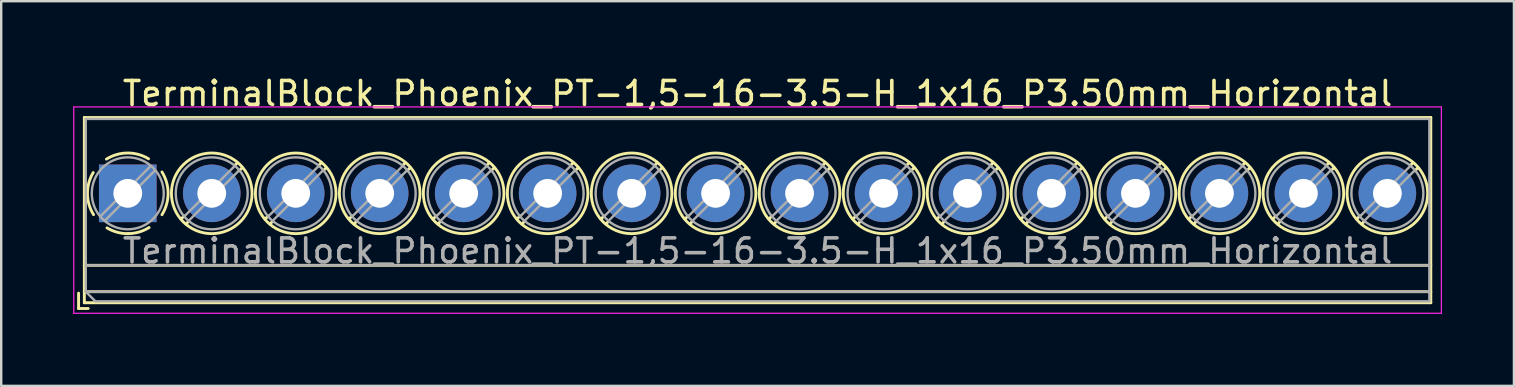
<source format=kicad_pcb>
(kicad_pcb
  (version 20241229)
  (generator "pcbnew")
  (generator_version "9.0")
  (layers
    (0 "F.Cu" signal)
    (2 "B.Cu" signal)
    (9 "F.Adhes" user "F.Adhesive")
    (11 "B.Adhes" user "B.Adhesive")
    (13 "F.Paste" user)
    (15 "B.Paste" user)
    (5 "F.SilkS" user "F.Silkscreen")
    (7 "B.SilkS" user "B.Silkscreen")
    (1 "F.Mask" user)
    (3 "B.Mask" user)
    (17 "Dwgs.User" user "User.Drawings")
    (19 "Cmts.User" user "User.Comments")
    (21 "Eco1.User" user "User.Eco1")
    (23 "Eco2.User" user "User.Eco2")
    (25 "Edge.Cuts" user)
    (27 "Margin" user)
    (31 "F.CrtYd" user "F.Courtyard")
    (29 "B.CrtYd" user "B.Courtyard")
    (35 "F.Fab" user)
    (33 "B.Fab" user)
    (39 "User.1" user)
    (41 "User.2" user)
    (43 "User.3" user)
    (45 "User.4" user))
  (footprint "TerminalBlock_Phoenix_PT-1,5-16-3.5-H_1x16_P3.50mm_Horizontal"
    (layer "F.Cu")
    (at 2.275 5.008)
    (property "Reference" "TerminalBlock_Phoenix_PT-1,5-16-3.5-H_1x16_P3.50mm_Horizontal" (at 26.25 -4.16 0) (layer "F.SilkS") (effects (font (size 1 1) (thickness 0.15))))
    (attr through_hole)
    (fp_line (start -2.05 4.16) (end -2.05 4.8) (stroke (width 0.12) (type solid)) (layer "F.SilkS"))
    (fp_line (start -2.05 4.8) (end -1.65 4.8) (stroke (width 0.12) (type solid)) (layer "F.SilkS"))
    (fp_line (start -1.81 -3.16) (end -1.81 4.56) (stroke (width 0.12) (type solid)) (layer "F.SilkS"))
    (fp_line (start -1.81 -3.16) (end 54.31 -3.16) (stroke (width 0.12) (type solid)) (layer "F.SilkS"))
    (fp_line (start -1.81 3) (end 54.31 3) (stroke (width 0.12) (type solid)) (layer "F.SilkS"))
    (fp_line (start -1.81 4.1) (end 54.31 4.1) (stroke (width 0.12) (type solid)) (layer "F.SilkS"))
    (fp_line (start -1.81 4.56) (end 54.31 4.56) (stroke (width 0.12) (type solid)) (layer "F.SilkS"))
    (fp_line (start 2.355 0.941) (end 2.226 1.069) (stroke (width 0.12) (type solid)) (layer "F.SilkS"))
    (fp_line (start 2.525 1.181) (end 2.431 1.274) (stroke (width 0.12) (type solid)) (layer "F.SilkS"))
    (fp_line (start 4.57 -1.275) (end 4.476 -1.181) (stroke (width 0.12) (type solid)) (layer "F.SilkS"))
    (fp_line (start 4.775 -1.069) (end 4.646 -0.941) (stroke (width 0.12) (type solid)) (layer "F.SilkS"))
    (fp_line (start 5.855 0.941) (end 5.726 1.069) (stroke (width 0.12) (type solid)) (layer "F.SilkS"))
    (fp_line (start 6.025 1.181) (end 5.931 1.274) (stroke (width 0.12) (type solid)) (layer "F.SilkS"))
    (fp_line (start 8.07 -1.275) (end 7.976 -1.181) (stroke (width 0.12) (type solid)) (layer "F.SilkS"))
    (fp_line (start 8.275 -1.069) (end 8.146 -0.941) (stroke (width 0.12) (type solid)) (layer "F.SilkS"))
    (fp_line (start 9.355 0.941) (end 9.226 1.069) (stroke (width 0.12) (type solid)) (layer "F.SilkS"))
    (fp_line (start 9.525 1.181) (end 9.431 1.274) (stroke (width 0.12) (type solid)) (layer "F.SilkS"))
    (fp_line (start 11.57 -1.275) (end 11.476 -1.181) (stroke (width 0.12) (type solid)) (layer "F.SilkS"))
    (fp_line (start 11.775 -1.069) (end 11.646 -0.941) (stroke (width 0.12) (type solid)) (layer "F.SilkS"))
    (fp_line (start 12.855 0.941) (end 12.726 1.069) (stroke (width 0.12) (type solid)) (layer "F.SilkS"))
    (fp_line (start 13.025 1.181) (end 12.931 1.274) (stroke (width 0.12) (type solid)) (layer "F.SilkS"))
    (fp_line (start 15.07 -1.275) (end 14.976 -1.181) (stroke (width 0.12) (type solid)) (layer "F.SilkS"))
    (fp_line (start 15.275 -1.069) (end 15.146 -0.941) (stroke (width 0.12) (type solid)) (layer "F.SilkS"))
    (fp_line (start 16.355 0.941) (end 16.226 1.069) (stroke (width 0.12) (type solid)) (layer "F.SilkS"))
    (fp_line (start 16.525 1.181) (end 16.431 1.274) (stroke (width 0.12) (type solid)) (layer "F.SilkS"))
    (fp_line (start 18.57 -1.275) (end 18.476 -1.181) (stroke (width 0.12) (type solid)) (layer "F.SilkS"))
    (fp_line (start 18.775 -1.069) (end 18.646 -0.941) (stroke (width 0.12) (type solid)) (layer "F.SilkS"))
    (fp_line (start 19.855 0.941) (end 19.726 1.069) (stroke (width 0.12) (type solid)) (layer "F.SilkS"))
    (fp_line (start 20.025 1.181) (end 19.931 1.274) (stroke (width 0.12) (type solid)) (layer "F.SilkS"))
    (fp_line (start 22.07 -1.275) (end 21.976 -1.181) (stroke (width 0.12) (type solid)) (layer "F.SilkS"))
    (fp_line (start 22.275 -1.069) (end 22.146 -0.941) (stroke (width 0.12) (type solid)) (layer "F.SilkS"))
    (fp_line (start 23.355 0.941) (end 23.226 1.069) (stroke (width 0.12) (type solid)) (layer "F.SilkS"))
    (fp_line (start 23.525 1.181) (end 23.431 1.274) (stroke (width 0.12) (type solid)) (layer "F.SilkS"))
    (fp_line (start 25.57 -1.275) (end 25.476 -1.181) (stroke (width 0.12) (type solid)) (layer "F.SilkS"))
    (fp_line (start 25.775 -1.069) (end 25.646 -0.941) (stroke (width 0.12) (type solid)) (layer "F.SilkS"))
    (fp_line (start 26.855 0.941) (end 26.726 1.069) (stroke (width 0.12) (type solid)) (layer "F.SilkS"))
    (fp_line (start 27.025 1.181) (end 26.931 1.274) (stroke (width 0.12) (type solid)) (layer "F.SilkS"))
    (fp_line (start 29.07 -1.275) (end 28.976 -1.181) (stroke (width 0.12) (type solid)) (layer "F.SilkS"))
    (fp_line (start 29.275 -1.069) (end 29.146 -0.941) (stroke (width 0.12) (type solid)) (layer "F.SilkS"))
    (fp_line (start 30.355 0.941) (end 30.226 1.069) (stroke (width 0.12) (type solid)) (layer "F.SilkS"))
    (fp_line (start 30.525 1.181) (end 30.431 1.274) (stroke (width 0.12) (type solid)) (layer "F.SilkS"))
    (fp_line (start 32.57 -1.275) (end 32.476 -1.181) (stroke (width 0.12) (type solid)) (layer "F.SilkS"))
    (fp_line (start 32.775 -1.069) (end 32.646 -0.941) (stroke (width 0.12) (type solid)) (layer "F.SilkS"))
    (fp_line (start 33.855 0.941) (end 33.726 1.069) (stroke (width 0.12) (type solid)) (layer "F.SilkS"))
    (fp_line (start 34.025 1.181) (end 33.931 1.274) (stroke (width 0.12) (type solid)) (layer "F.SilkS"))
    (fp_line (start 36.07 -1.275) (end 35.976 -1.181) (stroke (width 0.12) (type solid)) (layer "F.SilkS"))
    (fp_line (start 36.275 -1.069) (end 36.146 -0.941) (stroke (width 0.12) (type solid)) (layer "F.SilkS"))
    (fp_line (start 37.355 0.941) (end 37.226 1.069) (stroke (width 0.12) (type solid)) (layer "F.SilkS"))
    (fp_line (start 37.525 1.181) (end 37.431 1.274) (stroke (width 0.12) (type solid)) (layer "F.SilkS"))
    (fp_line (start 39.57 -1.275) (end 39.476 -1.181) (stroke (width 0.12) (type solid)) (layer "F.SilkS"))
    (fp_line (start 39.775 -1.069) (end 39.646 -0.941) (stroke (width 0.12) (type solid)) (layer "F.SilkS"))
    (fp_line (start 40.855 0.941) (end 40.726 1.069) (stroke (width 0.12) (type solid)) (layer "F.SilkS"))
    (fp_line (start 41.025 1.181) (end 40.931 1.274) (stroke (width 0.12) (type solid)) (layer "F.SilkS"))
    (fp_line (start 43.07 -1.275) (end 42.976 -1.181) (stroke (width 0.12) (type solid)) (layer "F.SilkS"))
    (fp_line (start 43.275 -1.069) (end 43.146 -0.941) (stroke (width 0.12) (type solid)) (layer "F.SilkS"))
    (fp_line (start 44.355 0.941) (end 44.226 1.069) (stroke (width 0.12) (type solid)) (layer "F.SilkS"))
    (fp_line (start 44.525 1.181) (end 44.431 1.274) (stroke (width 0.12) (type solid)) (layer "F.SilkS"))
    (fp_line (start 46.57 -1.275) (end 46.476 -1.181) (stroke (width 0.12) (type solid)) (layer "F.SilkS"))
    (fp_line (start 46.775 -1.069) (end 46.646 -0.941) (stroke (width 0.12) (type solid)) (layer "F.SilkS"))
    (fp_line (start 47.855 0.941) (end 47.726 1.069) (stroke (width 0.12) (type solid)) (layer "F.SilkS"))
    (fp_line (start 48.025 1.181) (end 47.931 1.274) (stroke (width 0.12) (type solid)) (layer "F.SilkS"))
    (fp_line (start 50.07 -1.275) (end 49.976 -1.181) (stroke (width 0.12) (type solid)) (layer "F.SilkS"))
    (fp_line (start 50.275 -1.069) (end 50.146 -0.941) (stroke (width 0.12) (type solid)) (layer "F.SilkS"))
    (fp_line (start 51.355 0.941) (end 51.226 1.069) (stroke (width 0.12) (type solid)) (layer "F.SilkS"))
    (fp_line (start 51.525 1.181) (end 51.431 1.274) (stroke (width 0.12) (type solid)) (layer "F.SilkS"))
    (fp_line (start 53.57 -1.275) (end 53.476 -1.181) (stroke (width 0.12) (type solid)) (layer "F.SilkS"))
    (fp_line (start 53.775 -1.069) (end 53.646 -0.941) (stroke (width 0.12) (type solid)) (layer "F.SilkS"))
    (fp_line (start 54.31 -3.16) (end 54.31 4.56) (stroke (width 0.12) (type solid)) (layer "F.SilkS"))
    (fp_arc (start -1.425358 0.889894) (mid -1.680286 0.014012) (end -1.44 -0.866) (stroke (width 0.12) (type solid)) (layer "F.SilkS"))
    (fp_arc (start -0.889894 -1.425358) (mid -0.014012 -1.680286) (end 0.866 -1.44) (stroke (width 0.12) (type solid)) (layer "F.SilkS"))
    (fp_arc (start 0.028674 1.680099) (mid -0.435535 1.622918) (end -0.866 1.44) (stroke (width 0.12) (type solid)) (layer "F.SilkS"))
    (fp_arc (start 0.890264 1.424721) (mid 0.463071 1.61492) (end 0 1.68) (stroke (width 0.12) (type solid)) (layer "F.SilkS"))
    (fp_arc (start 1.425504 -0.890193) (mid 1.680626 0.000476) (end 1.425 0.891) (stroke (width 0.12) (type solid)) (layer "F.SilkS"))
    (fp_circle (center 3.5 0) (end 5.18 0) (stroke (width 0.12) (type solid)) (fill no) (layer "F.SilkS"))
    (fp_circle (center 7 0) (end 8.68 0) (stroke (width 0.12) (type solid)) (fill no) (layer "F.SilkS"))
    (fp_circle (center 10.5 0) (end 12.18 0) (stroke (width 0.12) (type solid)) (fill no) (layer "F.SilkS"))
    (fp_circle (center 14 0) (end 15.68 0) (stroke (width 0.12) (type solid)) (fill no) (layer "F.SilkS"))
    (fp_circle (center 17.5 0) (end 19.18 0) (stroke (width 0.12) (type solid)) (fill no) (layer "F.SilkS"))
    (fp_circle (center 21 0) (end 22.68 0) (stroke (width 0.12) (type solid)) (fill no) (layer "F.SilkS"))
    (fp_circle (center 24.5 0) (end 26.18 0) (stroke (width 0.12) (type solid)) (fill no) (layer "F.SilkS"))
    (fp_circle (center 28 0) (end 29.68 0) (stroke (width 0.12) (type solid)) (fill no) (layer "F.SilkS"))
    (fp_circle (center 31.5 0) (end 33.18 0) (stroke (width 0.12) (type solid)) (fill no) (layer "F.SilkS"))
    (fp_circle (center 35 0) (end 36.68 0) (stroke (width 0.12) (type solid)) (fill no) (layer "F.SilkS"))
    (fp_circle (center 38.5 0) (end 40.18 0) (stroke (width 0.12) (type solid)) (fill no) (layer "F.SilkS"))
    (fp_circle (center 42 0) (end 43.68 0) (stroke (width 0.12) (type solid)) (fill no) (layer "F.SilkS"))
    (fp_circle (center 45.5 0) (end 47.18 0) (stroke (width 0.12) (type solid)) (fill no) (layer "F.SilkS"))
    (fp_circle (center 49 0) (end 50.68 0) (stroke (width 0.12) (type solid)) (fill no) (layer "F.SilkS"))
    (fp_circle (center 52.5 0) (end 54.18 0) (stroke (width 0.12) (type solid)) (fill no) (layer "F.SilkS"))
    (fp_line (start -2.25 -3.6) (end -2.25 5) (stroke (width 0.05) (type solid)) (layer "F.CrtYd"))
    (fp_line (start -2.25 5) (end 54.75 5) (stroke (width 0.05) (type solid)) (layer "F.CrtYd"))
    (fp_line (start 54.75 -3.6) (end -2.25 -3.6) (stroke (width 0.05) (type solid)) (layer "F.CrtYd"))
    (fp_line (start 54.75 5) (end 54.75 -3.6) (stroke (width 0.05) (type solid)) (layer "F.CrtYd"))
    (fp_line (start -1.75 -3.1) (end 54.25 -3.1) (stroke (width 0.1) (type solid)) (layer "F.Fab"))
    (fp_line (start -1.75 3) (end 54.25 3) (stroke (width 0.1) (type solid)) (layer "F.Fab"))
    (fp_line (start -1.75 4.1) (end -1.75 -3.1) (stroke (width 0.1) (type solid)) (layer "F.Fab"))
    (fp_line (start -1.75 4.1) (end 54.25 4.1) (stroke (width 0.1) (type solid)) (layer "F.Fab"))
    (fp_line (start -1.35 4.5) (end -1.75 4.1) (stroke (width 0.1) (type solid)) (layer "F.Fab"))
    (fp_line (start 0.955 -1.138) (end -1.138 0.955) (stroke (width 0.1) (type solid)) (layer "F.Fab"))
    (fp_line (start 1.138 -0.955) (end -0.955 1.138) (stroke (width 0.1) (type solid)) (layer "F.Fab"))
    (fp_line (start 4.455 -1.138) (end 2.363 0.955) (stroke (width 0.1) (type solid)) (layer "F.Fab"))
    (fp_line (start 4.638 -0.955) (end 2.546 1.138) (stroke (width 0.1) (type solid)) (layer "F.Fab"))
    (fp_line (start 7.955 -1.138) (end 5.863 0.955) (stroke (width 0.1) (type solid)) (layer "F.Fab"))
    (fp_line (start 8.138 -0.955) (end 6.046 1.138) (stroke (width 0.1) (type solid)) (layer "F.Fab"))
    (fp_line (start 11.455 -1.138) (end 9.363 0.955) (stroke (width 0.1) (type solid)) (layer "F.Fab"))
    (fp_line (start 11.638 -0.955) (end 9.546 1.138) (stroke (width 0.1) (type solid)) (layer "F.Fab"))
    (fp_line (start 14.955 -1.138) (end 12.863 0.955) (stroke (width 0.1) (type solid)) (layer "F.Fab"))
    (fp_line (start 15.138 -0.955) (end 13.046 1.138) (stroke (width 0.1) (type solid)) (layer "F.Fab"))
    (fp_line (start 18.455 -1.138) (end 16.363 0.955) (stroke (width 0.1) (type solid)) (layer "F.Fab"))
    (fp_line (start 18.638 -0.955) (end 16.546 1.138) (stroke (width 0.1) (type solid)) (layer "F.Fab"))
    (fp_line (start 21.955 -1.138) (end 19.863 0.955) (stroke (width 0.1) (type solid)) (layer "F.Fab"))
    (fp_line (start 22.138 -0.955) (end 20.046 1.138) (stroke (width 0.1) (type solid)) (layer "F.Fab"))
    (fp_line (start 25.455 -1.138) (end 23.363 0.955) (stroke (width 0.1) (type solid)) (layer "F.Fab"))
    (fp_line (start 25.638 -0.955) (end 23.546 1.138) (stroke (width 0.1) (type solid)) (layer "F.Fab"))
    (fp_line (start 28.955 -1.138) (end 26.863 0.955) (stroke (width 0.1) (type solid)) (layer "F.Fab"))
    (fp_line (start 29.138 -0.955) (end 27.046 1.138) (stroke (width 0.1) (type solid)) (layer "F.Fab"))
    (fp_line (start 32.455 -1.138) (end 30.363 0.955) (stroke (width 0.1) (type solid)) (layer "F.Fab"))
    (fp_line (start 32.638 -0.955) (end 30.546 1.138) (stroke (width 0.1) (type solid)) (layer "F.Fab"))
    (fp_line (start 35.955 -1.138) (end 33.863 0.955) (stroke (width 0.1) (type solid)) (layer "F.Fab"))
    (fp_line (start 36.138 -0.955) (end 34.046 1.138) (stroke (width 0.1) (type solid)) (layer "F.Fab"))
    (fp_line (start 39.455 -1.138) (end 37.363 0.955) (stroke (width 0.1) (type solid)) (layer "F.Fab"))
    (fp_line (start 39.638 -0.955) (end 37.546 1.138) (stroke (width 0.1) (type solid)) (layer "F.Fab"))
    (fp_line (start 42.955 -1.138) (end 40.863 0.955) (stroke (width 0.1) (type solid)) (layer "F.Fab"))
    (fp_line (start 43.138 -0.955) (end 41.046 1.138) (stroke (width 0.1) (type solid)) (layer "F.Fab"))
    (fp_line (start 46.455 -1.138) (end 44.363 0.955) (stroke (width 0.1) (type solid)) (layer "F.Fab"))
    (fp_line (start 46.638 -0.955) (end 44.546 1.138) (stroke (width 0.1) (type solid)) (layer "F.Fab"))
    (fp_line (start 49.955 -1.138) (end 47.863 0.955) (stroke (width 0.1) (type solid)) (layer "F.Fab"))
    (fp_line (start 50.138 -0.955) (end 48.046 1.138) (stroke (width 0.1) (type solid)) (layer "F.Fab"))
    (fp_line (start 53.455 -1.138) (end 51.363 0.955) (stroke (width 0.1) (type solid)) (layer "F.Fab"))
    (fp_line (start 53.638 -0.955) (end 51.546 1.138) (stroke (width 0.1) (type solid)) (layer "F.Fab"))
    (fp_line (start 54.25 -3.1) (end 54.25 4.5) (stroke (width 0.1) (type solid)) (layer "F.Fab"))
    (fp_line (start 54.25 4.5) (end -1.35 4.5) (stroke (width 0.1) (type solid)) (layer "F.Fab"))
    (fp_circle (center 0 0) (end 1.5 0) (stroke (width 0.1) (type solid)) (fill no) (layer "F.Fab"))
    (fp_circle (center 3.5 0) (end 5 0) (stroke (width 0.1) (type solid)) (fill no) (layer "F.Fab"))
    (fp_circle (center 7 0) (end 8.5 0) (stroke (width 0.1) (type solid)) (fill no) (layer "F.Fab"))
    (fp_circle (center 10.5 0) (end 12 0) (stroke (width 0.1) (type solid)) (fill no) (layer "F.Fab"))
    (fp_circle (center 14 0) (end 15.5 0) (stroke (width 0.1) (type solid)) (fill no) (layer "F.Fab"))
    (fp_circle (center 17.5 0) (end 19 0) (stroke (width 0.1) (type solid)) (fill no) (layer "F.Fab"))
    (fp_circle (center 21 0) (end 22.5 0) (stroke (width 0.1) (type solid)) (fill no) (layer "F.Fab"))
    (fp_circle (center 24.5 0) (end 26 0) (stroke (width 0.1) (type solid)) (fill no) (layer "F.Fab"))
    (fp_circle (center 28 0) (end 29.5 0) (stroke (width 0.1) (type solid)) (fill no) (layer "F.Fab"))
    (fp_circle (center 31.5 0) (end 33 0) (stroke (width 0.1) (type solid)) (fill no) (layer "F.Fab"))
    (fp_circle (center 35 0) (end 36.5 0) (stroke (width 0.1) (type solid)) (fill no) (layer "F.Fab"))
    (fp_circle (center 38.5 0) (end 40 0) (stroke (width 0.1) (type solid)) (fill no) (layer "F.Fab"))
    (fp_circle (center 42 0) (end 43.5 0) (stroke (width 0.1) (type solid)) (fill no) (layer "F.Fab"))
    (fp_circle (center 45.5 0) (end 47 0) (stroke (width 0.1) (type solid)) (fill no) (layer "F.Fab"))
    (fp_circle (center 49 0) (end 50.5 0) (stroke (width 0.1) (type solid)) (fill no) (layer "F.Fab"))
    (fp_circle (center 52.5 0) (end 54 0) (stroke (width 0.1) (type solid)) (fill no) (layer "F.Fab"))
    (fp_text user "${REFERENCE}" (at 26.25 2.4 0) (layer "F.Fab") (effects (font (size 1 1) (thickness 0.15))))
    (pad "1" thru_hole rect (at 0 0) (size 2.4 2.4) (drill 1.2) (layers "*.Cu" "*.Mask"))
    (pad "2" thru_hole circle (at 3.5 0) (size 2.4 2.4) (drill 1.2) (layers "*.Cu" "*.Mask"))
    (pad "3" thru_hole circle (at 7 0) (size 2.4 2.4) (drill 1.2) (layers "*.Cu" "*.Mask"))
    (pad "4" thru_hole circle (at 10.5 0) (size 2.4 2.4) (drill 1.2) (layers "*.Cu" "*.Mask"))
    (pad "5" thru_hole circle (at 14 0) (size 2.4 2.4) (drill 1.2) (layers "*.Cu" "*.Mask"))
    (pad "6" thru_hole circle (at 17.5 0) (size 2.4 2.4) (drill 1.2) (layers "*.Cu" "*.Mask"))
    (pad "7" thru_hole circle (at 21 0) (size 2.4 2.4) (drill 1.2) (layers "*.Cu" "*.Mask"))
    (pad "8" thru_hole circle (at 24.5 0) (size 2.4 2.4) (drill 1.2) (layers "*.Cu" "*.Mask"))
    (pad "9" thru_hole circle (at 28 0) (size 2.4 2.4) (drill 1.2) (layers "*.Cu" "*.Mask"))
    (pad "10" thru_hole circle (at 31.5 0) (size 2.4 2.4) (drill 1.2) (layers "*.Cu" "*.Mask"))
    (pad "11" thru_hole circle (at 35 0) (size 2.4 2.4) (drill 1.2) (layers "*.Cu" "*.Mask"))
    (pad "12" thru_hole circle (at 38.5 0) (size 2.4 2.4) (drill 1.2) (layers "*.Cu" "*.Mask"))
    (pad "13" thru_hole circle (at 42 0) (size 2.4 2.4) (drill 1.2) (layers "*.Cu" "*.Mask"))
    (pad "14" thru_hole circle (at 45.5 0) (size 2.4 2.4) (drill 1.2) (layers "*.Cu" "*.Mask"))
    (pad "15" thru_hole circle (at 49 0) (size 2.4 2.4) (drill 1.2) (layers "*.Cu" "*.Mask"))
    (pad "16" thru_hole circle (at 52.5 0) (size 2.4 2.4) (drill 1.2) (layers "*.Cu" "*.Mask")))
  (gr_rect
    (start -3 -3)
    (end 60.05 13.033)
    (stroke (width 0.1) (type default))
    (fill no)
    (layer "Edge.Cuts")))
</source>
